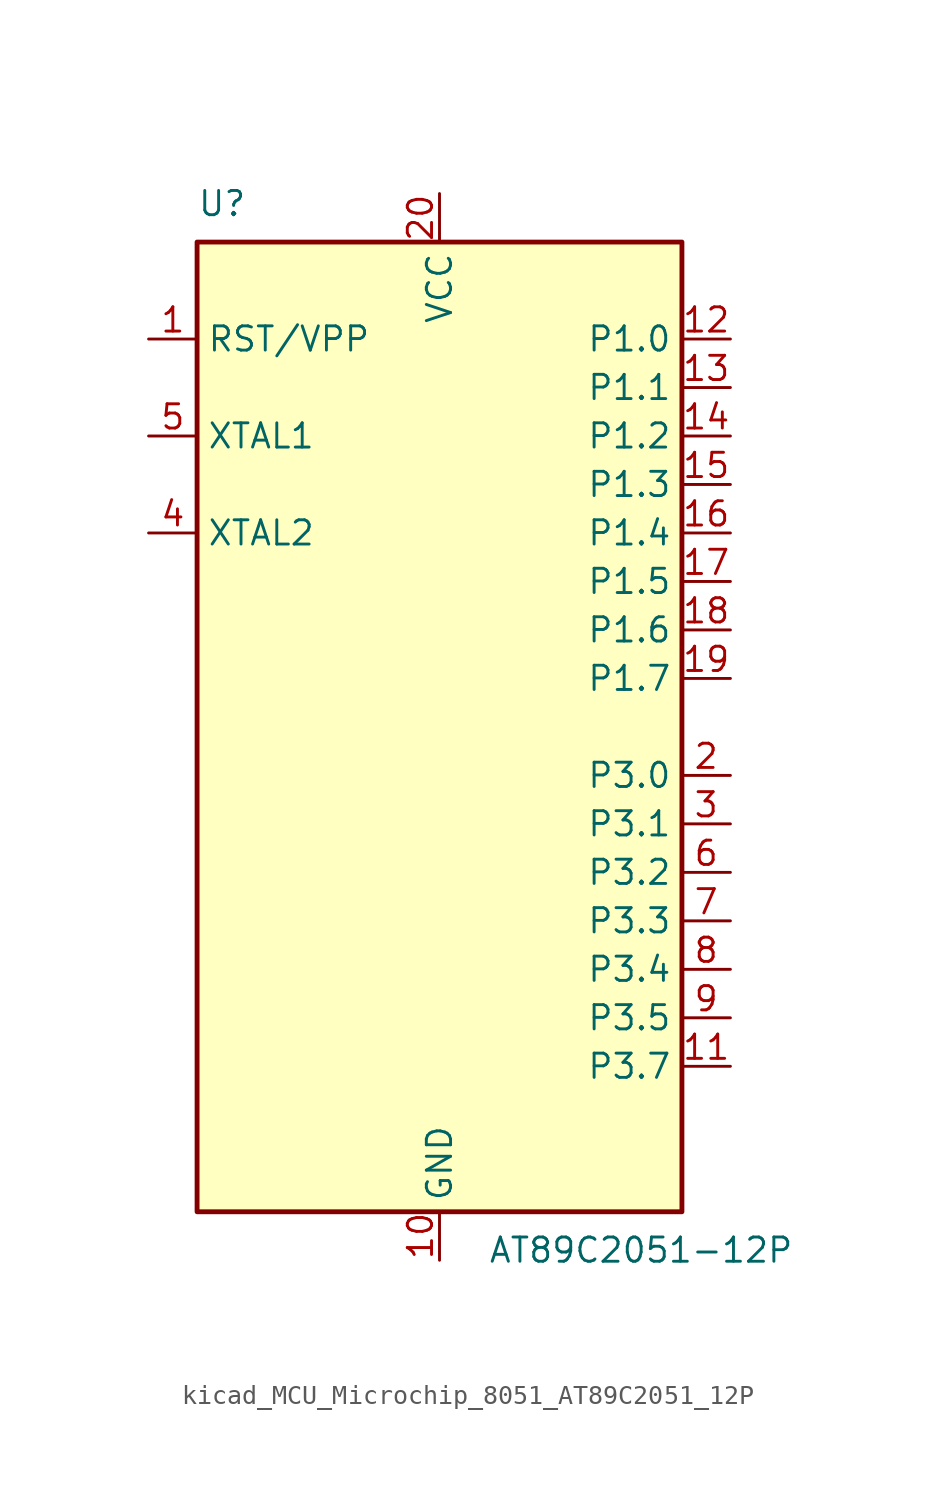
<source format=kicad_sym>
(kicad_symbol_lib
  (version 20220914)
  (generator kicad_symbol_editor)
  (symbol "kicad_MCU_Microchip_8051_AT89C2051_12P"
    (property "Reference" "U"
      (at -12.7 26.67 0)
      (effects (font (size 1.27 1.27)) (justify left bottom)))
    (property "Value" "AT89C2051-12P"
      (at 2.54 -26.67 0)
      (effects (font (size 1.27 1.27)) (justify left top)))
    (symbol "kicad_MCU_Microchip_8051_AT89C2051_12P_0_1"
      (rectangle (start -12.7 -25.4) (end 12.7 25.4) (stroke (width 0.254) (type default)) (fill (type background))))
    (symbol "kicad_MCU_Microchip_8051_AT89C2051_12P_1_1"
      (pin input line (at -15.24 20.32 0) (length 2.54) (name "RST/VPP" (effects (font (size 1.27 1.27)))) (number "1" (effects (font (size 1.27 1.27)))))
      (pin power_in line (at 0 -27.94 90) (length 2.54) (name "GND" (effects (font (size 1.27 1.27)))) (number "10" (effects (font (size 1.27 1.27)))))
      (pin bidirectional line (at 15.24 -17.78 180) (length 2.54) (name "P3.7" (effects (font (size 1.27 1.27)))) (number "11" (effects (font (size 1.27 1.27)))))
      (pin bidirectional line (at 15.24 20.32 180) (length 2.54) (name "P1.0" (effects (font (size 1.27 1.27)))) (number "12" (effects (font (size 1.27 1.27)))))
      (pin bidirectional line (at 15.24 17.78 180) (length 2.54) (name "P1.1" (effects (font (size 1.27 1.27)))) (number "13" (effects (font (size 1.27 1.27)))))
      (pin bidirectional line (at 15.24 15.24 180) (length 2.54) (name "P1.2" (effects (font (size 1.27 1.27)))) (number "14" (effects (font (size 1.27 1.27)))))
      (pin bidirectional line (at 15.24 12.7 180) (length 2.54) (name "P1.3" (effects (font (size 1.27 1.27)))) (number "15" (effects (font (size 1.27 1.27)))))
      (pin bidirectional line (at 15.24 10.16 180) (length 2.54) (name "P1.4" (effects (font (size 1.27 1.27)))) (number "16" (effects (font (size 1.27 1.27)))))
      (pin bidirectional line (at 15.24 7.62 180) (length 2.54) (name "P1.5" (effects (font (size 1.27 1.27)))) (number "17" (effects (font (size 1.27 1.27)))))
      (pin bidirectional line (at 15.24 5.08 180) (length 2.54) (name "P1.6" (effects (font (size 1.27 1.27)))) (number "18" (effects (font (size 1.27 1.27)))))
      (pin bidirectional line (at 15.24 2.54 180) (length 2.54) (name "P1.7" (effects (font (size 1.27 1.27)))) (number "19" (effects (font (size 1.27 1.27)))))
      (pin bidirectional line (at 15.24 -2.54 180) (length 2.54) (name "P3.0" (effects (font (size 1.27 1.27)))) (number "2" (effects (font (size 1.27 1.27)))))
      (pin power_in line (at 0 27.94 270) (length 2.54) (name "VCC" (effects (font (size 1.27 1.27)))) (number "20" (effects (font (size 1.27 1.27)))))
      (pin bidirectional line (at 15.24 -5.08 180) (length 2.54) (name "P3.1" (effects (font (size 1.27 1.27)))) (number "3" (effects (font (size 1.27 1.27)))))
      (pin output line (at -15.24 10.16 0) (length 2.54) (name "XTAL2" (effects (font (size 1.27 1.27)))) (number "4" (effects (font (size 1.27 1.27)))))
      (pin input line (at -15.24 15.24 0) (length 2.54) (name "XTAL1" (effects (font (size 1.27 1.27)))) (number "5" (effects (font (size 1.27 1.27)))))
      (pin bidirectional line (at 15.24 -7.62 180) (length 2.54) (name "P3.2" (effects (font (size 1.27 1.27)))) (number "6" (effects (font (size 1.27 1.27)))))
      (pin bidirectional line (at 15.24 -10.16 180) (length 2.54) (name "P3.3" (effects (font (size 1.27 1.27)))) (number "7" (effects (font (size 1.27 1.27)))))
      (pin bidirectional line (at 15.24 -12.7 180) (length 2.54) (name "P3.4" (effects (font (size 1.27 1.27)))) (number "8" (effects (font (size 1.27 1.27)))))
      (pin bidirectional line (at 15.24 -15.24 180) (length 2.54) (name "P3.5" (effects (font (size 1.27 1.27)))) (number "9" (effects (font (size 1.27 1.27))))))))
</source>
